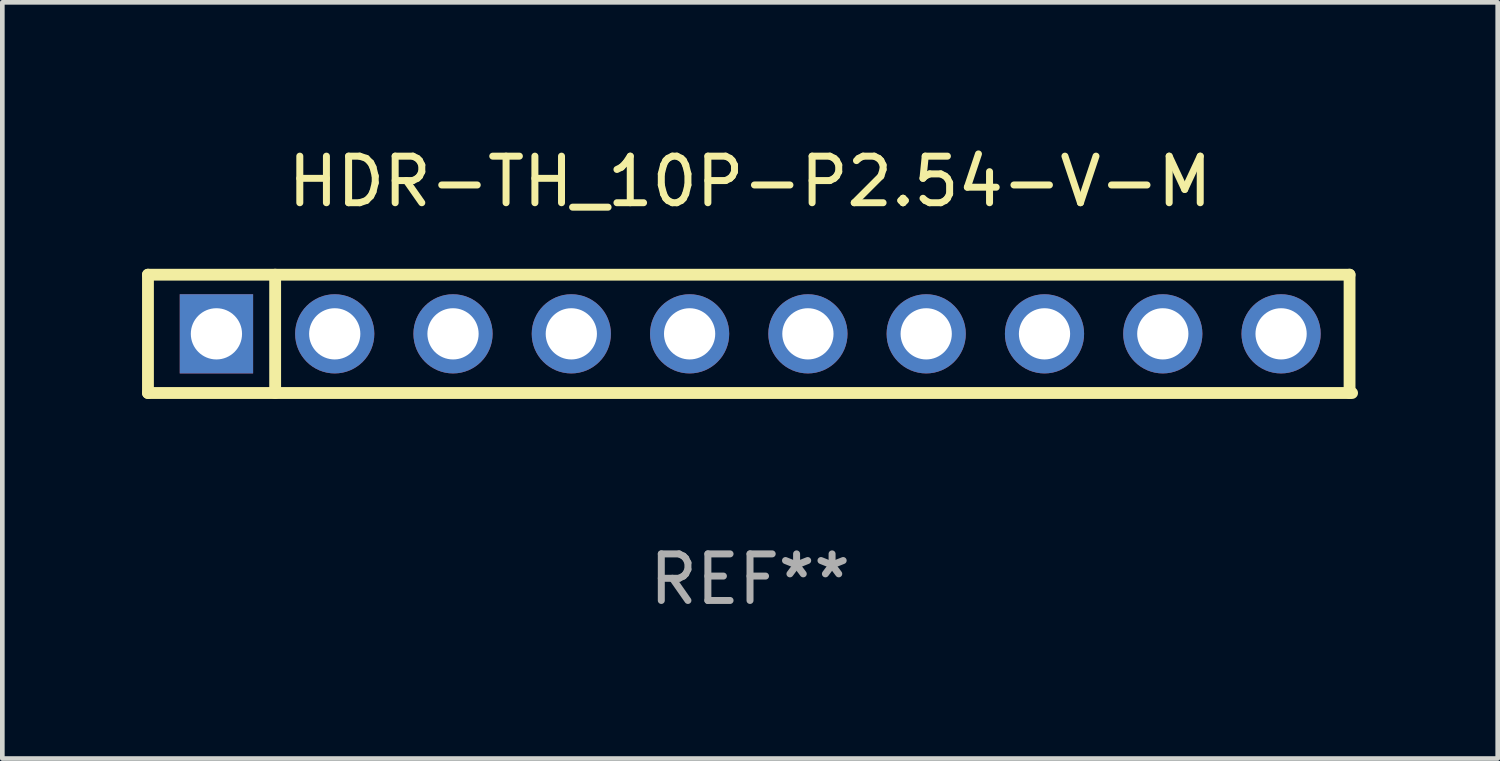
<source format=kicad_pcb>
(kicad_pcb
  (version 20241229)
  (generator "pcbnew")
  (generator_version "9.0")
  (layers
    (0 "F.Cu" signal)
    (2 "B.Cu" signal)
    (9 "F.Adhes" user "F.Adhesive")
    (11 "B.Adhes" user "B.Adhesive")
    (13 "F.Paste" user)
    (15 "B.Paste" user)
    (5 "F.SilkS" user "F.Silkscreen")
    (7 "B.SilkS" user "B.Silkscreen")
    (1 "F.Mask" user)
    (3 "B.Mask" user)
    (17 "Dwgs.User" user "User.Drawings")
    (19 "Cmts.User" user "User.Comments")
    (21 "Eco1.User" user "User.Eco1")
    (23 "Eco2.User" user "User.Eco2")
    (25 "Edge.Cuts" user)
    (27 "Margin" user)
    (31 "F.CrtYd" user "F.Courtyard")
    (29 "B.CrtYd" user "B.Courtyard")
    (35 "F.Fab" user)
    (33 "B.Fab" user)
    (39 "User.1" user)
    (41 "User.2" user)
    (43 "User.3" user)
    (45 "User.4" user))
  (footprint "HDR-TH_10P-P2.54-V-M"
    (layer "F.Cu")
    (at 13.027 4.118)
    (property "Reference" "HDR-TH_10P-P2.54-V-M" (at 0.027 -3.27 0) (layer "F.SilkS") (effects (font (size 1 1) (thickness 0.15))))
    (attr through_hole)
    (fp_line (start -12.9 -1.27) (end -12.9 1.27) (stroke (width 0.254) (type solid)) (layer "F.SilkS"))
    (fp_line (start -12.9 1.27) (end 12.954 1.27) (stroke (width 0.254) (type solid)) (layer "F.SilkS"))
    (fp_line (start -10.169 -1.27) (end -10.169 1.27) (stroke (width 0.254) (type solid)) (layer "F.SilkS"))
    (fp_line (start 12.9 -1.27) (end -12.9 -1.27) (stroke (width 0.254) (type solid)) (layer "F.SilkS"))
    (fp_line (start 12.9 -1.27) (end 12.9 1.27) (stroke (width 0.254) (type solid)) (layer "F.SilkS"))
    (fp_circle (center -12.7 1.25) (end -12.67 1.25) (stroke (width 0.06) (type solid)) (fill no) (layer "F.SilkS"))
    (fp_text user "REF**" (at 0.027 5.27 0) (layer "F.Fab") (effects (font (size 1 1) (thickness 0.15))))
    (pad "1" thru_hole rect (at -11.43 0) (size 1.575 1.7) (drill 1.1) (layers "*.Cu" "*.Mask"))
    (pad "2" thru_hole circle (at -8.89 0) (size 1.7 1.7) (drill 1.1) (layers "*.Cu" "*.Mask"))
    (pad "3" thru_hole circle (at -6.35 0) (size 1.7 1.7) (drill 1.1) (layers "*.Cu" "*.Mask"))
    (pad "4" thru_hole circle (at -3.81 0) (size 1.7 1.7) (drill 1.1) (layers "*.Cu" "*.Mask"))
    (pad "5" thru_hole circle (at -1.27 0) (size 1.7 1.7) (drill 1.1) (layers "*.Cu" "*.Mask"))
    (pad "6" thru_hole circle (at 1.27 0) (size 1.7 1.7) (drill 1.1) (layers "*.Cu" "*.Mask"))
    (pad "7" thru_hole circle (at 3.81 0) (size 1.7 1.7) (drill 1.1) (layers "*.Cu" "*.Mask"))
    (pad "8" thru_hole circle (at 6.35 0) (size 1.7 1.7) (drill 1.1) (layers "*.Cu" "*.Mask"))
    (pad "9" thru_hole circle (at 8.89 0) (size 1.7 1.7) (drill 1.1) (layers "*.Cu" "*.Mask"))
    (pad "10" thru_hole circle (at 11.43 0) (size 1.7 1.7) (drill 1.1) (layers "*.Cu" "*.Mask")))
  (gr_rect
    (start -3 -3)
    (end 29.108 13.237)
    (stroke (width 0.1) (type default))
    (fill no)
    (layer "Edge.Cuts")))
</source>
